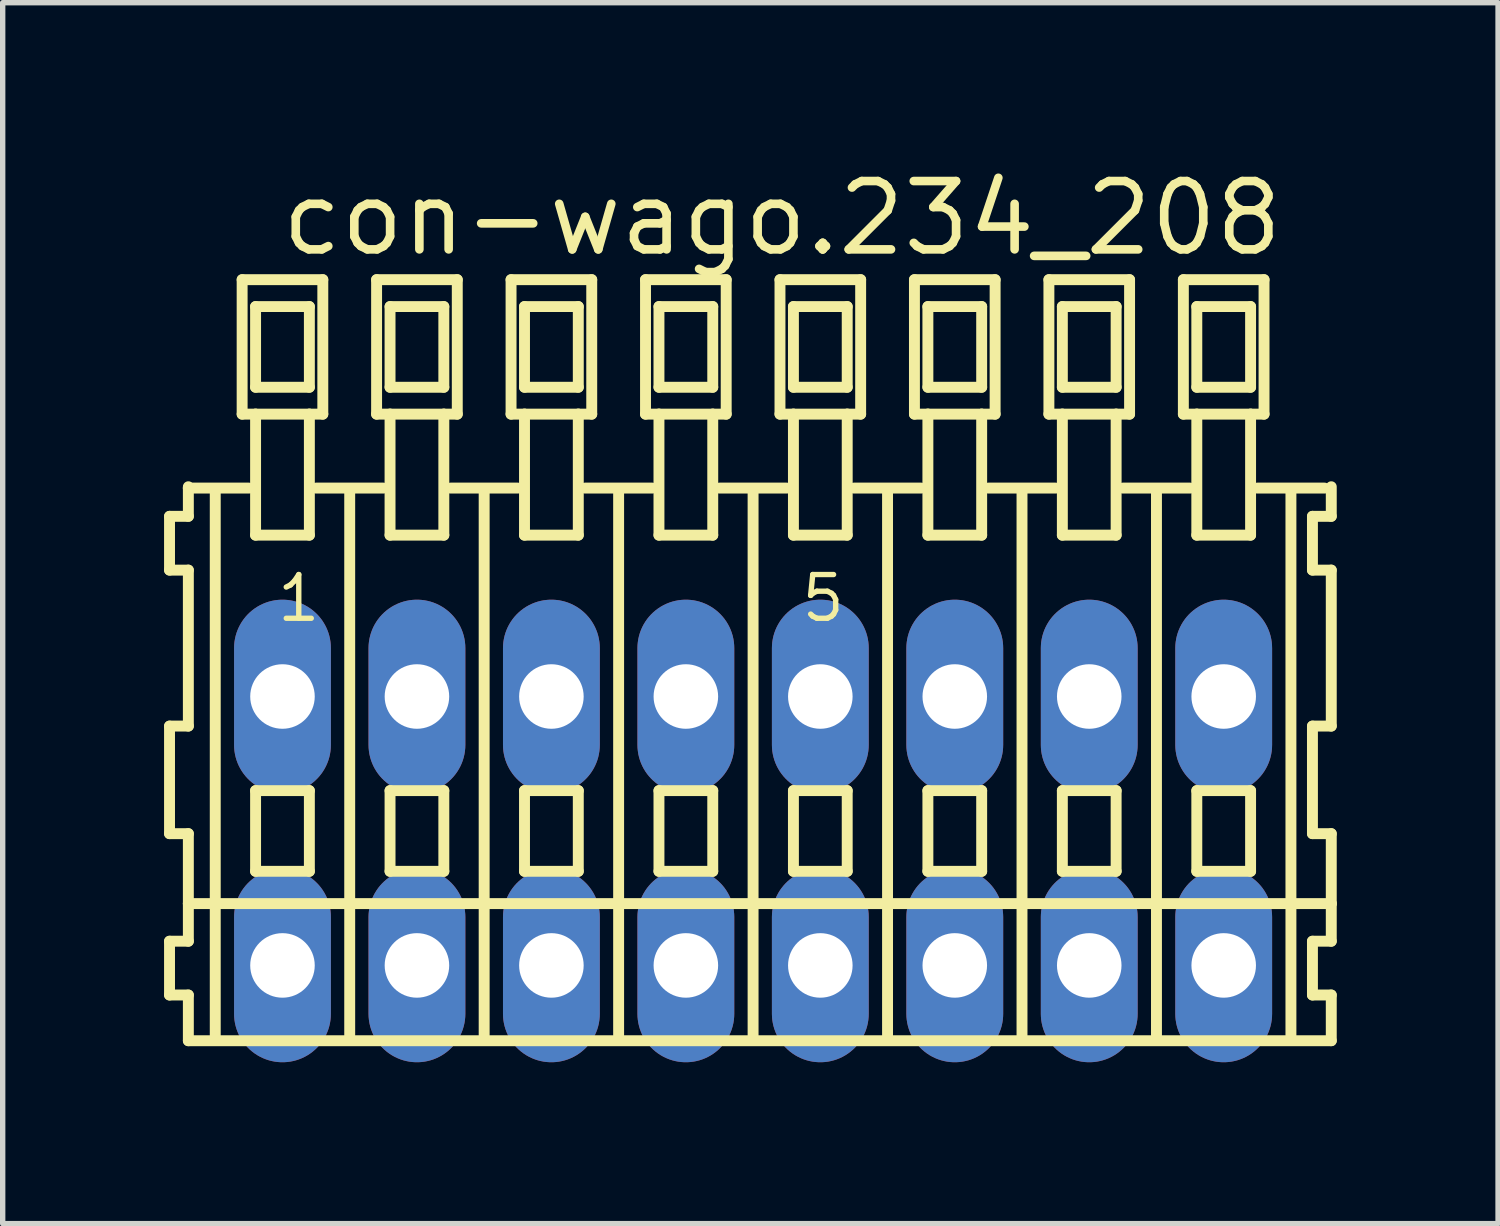
<source format=kicad_pcb>
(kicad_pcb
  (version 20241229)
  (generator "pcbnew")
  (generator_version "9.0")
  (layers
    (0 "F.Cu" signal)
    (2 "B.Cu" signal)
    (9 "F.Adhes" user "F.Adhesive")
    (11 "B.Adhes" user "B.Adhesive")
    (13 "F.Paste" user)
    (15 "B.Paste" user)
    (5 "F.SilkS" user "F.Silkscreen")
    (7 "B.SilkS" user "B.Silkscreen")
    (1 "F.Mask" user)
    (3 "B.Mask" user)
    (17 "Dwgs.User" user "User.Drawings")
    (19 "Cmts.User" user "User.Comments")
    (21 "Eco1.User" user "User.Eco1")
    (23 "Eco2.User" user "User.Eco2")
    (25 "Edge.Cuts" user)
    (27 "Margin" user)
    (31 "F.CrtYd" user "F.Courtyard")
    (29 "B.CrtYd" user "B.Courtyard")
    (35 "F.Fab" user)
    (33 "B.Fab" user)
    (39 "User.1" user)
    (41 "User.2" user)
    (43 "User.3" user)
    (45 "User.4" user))
  (footprint "con-wago.234_208"
    (layer "F.Cu")
    (at 10.952 12.4)
    (property "Reference" "con-wago.234_208" (at -8.85 -10.65 0) (layer "F.SilkS") (effects (font (size 1.27 1.27) (thickness 0.16)) (justify left bottom)))
    (attr through_hole)
    (fp_line (start -10.85 -5.85) (end -10.85 -4.85) (stroke (width 0.203) (type default)) (layer "F.SilkS"))
    (fp_line (start -10.85 -4.85) (end -10.5 -4.85) (stroke (width 0.203) (type default)) (layer "F.SilkS"))
    (fp_line (start -10.85 -1.95) (end -10.85 0.05) (stroke (width 0.203) (type default)) (layer "F.SilkS"))
    (fp_line (start -10.85 0.05) (end -10.5 0.05) (stroke (width 0.203) (type default)) (layer "F.SilkS"))
    (fp_line (start -10.85 2.05) (end -10.85 3.05) (stroke (width 0.203) (type default)) (layer "F.SilkS"))
    (fp_line (start -10.85 3.05) (end -10.5 3.05) (stroke (width 0.203) (type default)) (layer "F.SilkS"))
    (fp_line (start -10.5 -6.4) (end -10.5 -6.375) (stroke (width 0.203) (type default)) (layer "F.SilkS"))
    (fp_line (start -10.5 -6.375) (end -10.5 -5.85) (stroke (width 0.203) (type default)) (layer "F.SilkS"))
    (fp_line (start -10.5 -6.375) (end -9.375 -6.375) (stroke (width 0.203) (type default)) (layer "F.SilkS"))
    (fp_line (start -10.5 -5.85) (end -10.85 -5.85) (stroke (width 0.203) (type default)) (layer "F.SilkS"))
    (fp_line (start -10.5 -4.85) (end -10.5 -1.95) (stroke (width 0.203) (type default)) (layer "F.SilkS"))
    (fp_line (start -10.5 -1.95) (end -10.85 -1.95) (stroke (width 0.203) (type default)) (layer "F.SilkS"))
    (fp_line (start -10.5 0.05) (end -10.5 1.35) (stroke (width 0.203) (type default)) (layer "F.SilkS"))
    (fp_line (start -10.5 1.35) (end -10.5 2.05) (stroke (width 0.203) (type default)) (layer "F.SilkS"))
    (fp_line (start -10.5 1.35) (end 10.75 1.35) (stroke (width 0.203) (type default)) (layer "F.SilkS"))
    (fp_line (start -10.5 2.05) (end -10.85 2.05) (stroke (width 0.203) (type default)) (layer "F.SilkS"))
    (fp_line (start -10.5 3.05) (end -10.5 3.9) (stroke (width 0.203) (type default)) (layer "F.SilkS"))
    (fp_line (start -10.5 3.9) (end 10.75 3.9) (stroke (width 0.203) (type default)) (layer "F.SilkS"))
    (fp_line (start -10 -6.35) (end -10 3.8) (stroke (width 0.203) (type default)) (layer "F.SilkS"))
    (fp_line (start -9.5 -10.25) (end -9.5 -7.75) (stroke (width 0.203) (type default)) (layer "F.SilkS"))
    (fp_line (start -9.5 -7.75) (end -9.25 -7.75) (stroke (width 0.203) (type default)) (layer "F.SilkS"))
    (fp_line (start -9.25 -9.75) (end -9.25 -8.25) (stroke (width 0.203) (type default)) (layer "F.SilkS"))
    (fp_line (start -9.25 -8.25) (end -8.25 -8.25) (stroke (width 0.203) (type default)) (layer "F.SilkS"))
    (fp_line (start -9.25 -7.75) (end -9.25 -5.5) (stroke (width 0.203) (type default)) (layer "F.SilkS"))
    (fp_line (start -9.25 -7.75) (end -8.25 -7.75) (stroke (width 0.203) (type default)) (layer "F.SilkS"))
    (fp_line (start -9.25 -5.5) (end -8.25 -5.5) (stroke (width 0.203) (type default)) (layer "F.SilkS"))
    (fp_line (start -9.25 -0.75) (end -9.25 0.75) (stroke (width 0.203) (type default)) (layer "F.SilkS"))
    (fp_line (start -9.25 0.75) (end -8.25 0.75) (stroke (width 0.203) (type default)) (layer "F.SilkS"))
    (fp_line (start -8.25 -9.75) (end -9.25 -9.75) (stroke (width 0.203) (type default)) (layer "F.SilkS"))
    (fp_line (start -8.25 -8.25) (end -8.25 -9.75) (stroke (width 0.203) (type default)) (layer "F.SilkS"))
    (fp_line (start -8.25 -7.75) (end -8 -7.75) (stroke (width 0.203) (type default)) (layer "F.SilkS"))
    (fp_line (start -8.25 -5.5) (end -8.25 -7.75) (stroke (width 0.203) (type default)) (layer "F.SilkS"))
    (fp_line (start -8.25 -0.75) (end -9.25 -0.75) (stroke (width 0.203) (type default)) (layer "F.SilkS"))
    (fp_line (start -8.25 0.75) (end -8.25 -0.75) (stroke (width 0.203) (type default)) (layer "F.SilkS"))
    (fp_line (start -8.125 -6.375) (end -6.875 -6.375) (stroke (width 0.203) (type default)) (layer "F.SilkS"))
    (fp_line (start -8 -10.25) (end -9.5 -10.25) (stroke (width 0.203) (type default)) (layer "F.SilkS"))
    (fp_line (start -8 -7.75) (end -8 -10.25) (stroke (width 0.203) (type default)) (layer "F.SilkS"))
    (fp_line (start -7.5 -6.35) (end -7.5 3.8) (stroke (width 0.203) (type default)) (layer "F.SilkS"))
    (fp_line (start -7 -10.25) (end -7 -7.75) (stroke (width 0.203) (type default)) (layer "F.SilkS"))
    (fp_line (start -7 -7.75) (end -6.75 -7.75) (stroke (width 0.203) (type default)) (layer "F.SilkS"))
    (fp_line (start -6.75 -9.75) (end -6.75 -8.25) (stroke (width 0.203) (type default)) (layer "F.SilkS"))
    (fp_line (start -6.75 -8.25) (end -5.75 -8.25) (stroke (width 0.203) (type default)) (layer "F.SilkS"))
    (fp_line (start -6.75 -7.75) (end -6.75 -5.5) (stroke (width 0.203) (type default)) (layer "F.SilkS"))
    (fp_line (start -6.75 -7.75) (end -5.75 -7.75) (stroke (width 0.203) (type default)) (layer "F.SilkS"))
    (fp_line (start -6.75 -5.5) (end -5.75 -5.5) (stroke (width 0.203) (type default)) (layer "F.SilkS"))
    (fp_line (start -6.75 -0.75) (end -6.75 0.75) (stroke (width 0.203) (type default)) (layer "F.SilkS"))
    (fp_line (start -6.75 0.75) (end -5.75 0.75) (stroke (width 0.203) (type default)) (layer "F.SilkS"))
    (fp_line (start -5.75 -9.75) (end -6.75 -9.75) (stroke (width 0.203) (type default)) (layer "F.SilkS"))
    (fp_line (start -5.75 -8.25) (end -5.75 -9.75) (stroke (width 0.203) (type default)) (layer "F.SilkS"))
    (fp_line (start -5.75 -7.75) (end -5.5 -7.75) (stroke (width 0.203) (type default)) (layer "F.SilkS"))
    (fp_line (start -5.75 -5.5) (end -5.75 -7.75) (stroke (width 0.203) (type default)) (layer "F.SilkS"))
    (fp_line (start -5.75 -0.75) (end -6.75 -0.75) (stroke (width 0.203) (type default)) (layer "F.SilkS"))
    (fp_line (start -5.75 0.75) (end -5.75 -0.75) (stroke (width 0.203) (type default)) (layer "F.SilkS"))
    (fp_line (start -5.625 -6.375) (end -4.375 -6.375) (stroke (width 0.203) (type default)) (layer "F.SilkS"))
    (fp_line (start -5.5 -10.25) (end -7 -10.25) (stroke (width 0.203) (type default)) (layer "F.SilkS"))
    (fp_line (start -5.5 -7.75) (end -5.5 -10.25) (stroke (width 0.203) (type default)) (layer "F.SilkS"))
    (fp_line (start -5 -6.35) (end -5 3.8) (stroke (width 0.203) (type default)) (layer "F.SilkS"))
    (fp_line (start -4.5 -10.25) (end -4.5 -7.75) (stroke (width 0.203) (type default)) (layer "F.SilkS"))
    (fp_line (start -4.5 -7.75) (end -4.25 -7.75) (stroke (width 0.203) (type default)) (layer "F.SilkS"))
    (fp_line (start -4.25 -9.75) (end -4.25 -8.25) (stroke (width 0.203) (type default)) (layer "F.SilkS"))
    (fp_line (start -4.25 -8.25) (end -3.25 -8.25) (stroke (width 0.203) (type default)) (layer "F.SilkS"))
    (fp_line (start -4.25 -7.75) (end -4.25 -5.5) (stroke (width 0.203) (type default)) (layer "F.SilkS"))
    (fp_line (start -4.25 -7.75) (end -3.25 -7.75) (stroke (width 0.203) (type default)) (layer "F.SilkS"))
    (fp_line (start -4.25 -5.5) (end -3.25 -5.5) (stroke (width 0.203) (type default)) (layer "F.SilkS"))
    (fp_line (start -4.25 -0.75) (end -4.25 0.75) (stroke (width 0.203) (type default)) (layer "F.SilkS"))
    (fp_line (start -4.25 0.75) (end -3.25 0.75) (stroke (width 0.203) (type default)) (layer "F.SilkS"))
    (fp_line (start -3.25 -9.75) (end -4.25 -9.75) (stroke (width 0.203) (type default)) (layer "F.SilkS"))
    (fp_line (start -3.25 -8.25) (end -3.25 -9.75) (stroke (width 0.203) (type default)) (layer "F.SilkS"))
    (fp_line (start -3.25 -7.75) (end -3 -7.75) (stroke (width 0.203) (type default)) (layer "F.SilkS"))
    (fp_line (start -3.25 -5.5) (end -3.25 -7.75) (stroke (width 0.203) (type default)) (layer "F.SilkS"))
    (fp_line (start -3.25 -0.75) (end -4.25 -0.75) (stroke (width 0.203) (type default)) (layer "F.SilkS"))
    (fp_line (start -3.25 0.75) (end -3.25 -0.75) (stroke (width 0.203) (type default)) (layer "F.SilkS"))
    (fp_line (start -3.125 -6.375) (end -1.875 -6.375) (stroke (width 0.203) (type default)) (layer "F.SilkS"))
    (fp_line (start -3 -10.25) (end -4.5 -10.25) (stroke (width 0.203) (type default)) (layer "F.SilkS"))
    (fp_line (start -3 -7.75) (end -3 -10.25) (stroke (width 0.203) (type default)) (layer "F.SilkS"))
    (fp_line (start -2.5 -6.35) (end -2.5 3.8) (stroke (width 0.203) (type default)) (layer "F.SilkS"))
    (fp_line (start -2 -10.25) (end -2 -7.75) (stroke (width 0.203) (type default)) (layer "F.SilkS"))
    (fp_line (start -2 -7.75) (end -1.75 -7.75) (stroke (width 0.203) (type default)) (layer "F.SilkS"))
    (fp_line (start -1.75 -9.75) (end -1.75 -8.25) (stroke (width 0.203) (type default)) (layer "F.SilkS"))
    (fp_line (start -1.75 -8.25) (end -0.75 -8.25) (stroke (width 0.203) (type default)) (layer "F.SilkS"))
    (fp_line (start -1.75 -7.75) (end -1.75 -5.5) (stroke (width 0.203) (type default)) (layer "F.SilkS"))
    (fp_line (start -1.75 -7.75) (end -0.75 -7.75) (stroke (width 0.203) (type default)) (layer "F.SilkS"))
    (fp_line (start -1.75 -5.5) (end -0.75 -5.5) (stroke (width 0.203) (type default)) (layer "F.SilkS"))
    (fp_line (start -1.75 -0.75) (end -1.75 0.75) (stroke (width 0.203) (type default)) (layer "F.SilkS"))
    (fp_line (start -1.75 0.75) (end -0.75 0.75) (stroke (width 0.203) (type default)) (layer "F.SilkS"))
    (fp_line (start -0.75 -9.75) (end -1.75 -9.75) (stroke (width 0.203) (type default)) (layer "F.SilkS"))
    (fp_line (start -0.75 -8.25) (end -0.75 -9.75) (stroke (width 0.203) (type default)) (layer "F.SilkS"))
    (fp_line (start -0.75 -7.75) (end -0.5 -7.75) (stroke (width 0.203) (type default)) (layer "F.SilkS"))
    (fp_line (start -0.75 -5.5) (end -0.75 -7.75) (stroke (width 0.203) (type default)) (layer "F.SilkS"))
    (fp_line (start -0.75 -0.75) (end -1.75 -0.75) (stroke (width 0.203) (type default)) (layer "F.SilkS"))
    (fp_line (start -0.75 0.75) (end -0.75 -0.75) (stroke (width 0.203) (type default)) (layer "F.SilkS"))
    (fp_line (start -0.625 -6.375) (end 0.625 -6.375) (stroke (width 0.203) (type default)) (layer "F.SilkS"))
    (fp_line (start -0.5 -10.25) (end -2 -10.25) (stroke (width 0.203) (type default)) (layer "F.SilkS"))
    (fp_line (start -0.5 -7.75) (end -0.5 -10.25) (stroke (width 0.203) (type default)) (layer "F.SilkS"))
    (fp_line (start 0 -6.35) (end 0 3.8) (stroke (width 0.203) (type default)) (layer "F.SilkS"))
    (fp_line (start 0.5 -10.25) (end 0.5 -7.75) (stroke (width 0.203) (type default)) (layer "F.SilkS"))
    (fp_line (start 0.5 -7.75) (end 0.75 -7.75) (stroke (width 0.203) (type default)) (layer "F.SilkS"))
    (fp_line (start 0.75 -9.75) (end 0.75 -8.25) (stroke (width 0.203) (type default)) (layer "F.SilkS"))
    (fp_line (start 0.75 -8.25) (end 1.75 -8.25) (stroke (width 0.203) (type default)) (layer "F.SilkS"))
    (fp_line (start 0.75 -7.75) (end 0.75 -5.5) (stroke (width 0.203) (type default)) (layer "F.SilkS"))
    (fp_line (start 0.75 -7.75) (end 1.75 -7.75) (stroke (width 0.203) (type default)) (layer "F.SilkS"))
    (fp_line (start 0.75 -5.5) (end 1.75 -5.5) (stroke (width 0.203) (type default)) (layer "F.SilkS"))
    (fp_line (start 0.75 -0.75) (end 0.75 0.75) (stroke (width 0.203) (type default)) (layer "F.SilkS"))
    (fp_line (start 0.75 0.75) (end 1.75 0.75) (stroke (width 0.203) (type default)) (layer "F.SilkS"))
    (fp_line (start 1.75 -9.75) (end 0.75 -9.75) (stroke (width 0.203) (type default)) (layer "F.SilkS"))
    (fp_line (start 1.75 -8.25) (end 1.75 -9.75) (stroke (width 0.203) (type default)) (layer "F.SilkS"))
    (fp_line (start 1.75 -7.75) (end 2 -7.75) (stroke (width 0.203) (type default)) (layer "F.SilkS"))
    (fp_line (start 1.75 -5.5) (end 1.75 -7.75) (stroke (width 0.203) (type default)) (layer "F.SilkS"))
    (fp_line (start 1.75 -0.75) (end 0.75 -0.75) (stroke (width 0.203) (type default)) (layer "F.SilkS"))
    (fp_line (start 1.75 0.75) (end 1.75 -0.75) (stroke (width 0.203) (type default)) (layer "F.SilkS"))
    (fp_line (start 1.875 -6.375) (end 3.125 -6.375) (stroke (width 0.203) (type default)) (layer "F.SilkS"))
    (fp_line (start 2 -10.25) (end 0.5 -10.25) (stroke (width 0.203) (type default)) (layer "F.SilkS"))
    (fp_line (start 2 -7.75) (end 2 -10.25) (stroke (width 0.203) (type default)) (layer "F.SilkS"))
    (fp_line (start 2.5 -6.35) (end 2.5 3.8) (stroke (width 0.203) (type default)) (layer "F.SilkS"))
    (fp_line (start 3 -10.25) (end 3 -7.75) (stroke (width 0.203) (type default)) (layer "F.SilkS"))
    (fp_line (start 3 -7.75) (end 3.25 -7.75) (stroke (width 0.203) (type default)) (layer "F.SilkS"))
    (fp_line (start 3.25 -9.75) (end 3.25 -8.25) (stroke (width 0.203) (type default)) (layer "F.SilkS"))
    (fp_line (start 3.25 -8.25) (end 4.25 -8.25) (stroke (width 0.203) (type default)) (layer "F.SilkS"))
    (fp_line (start 3.25 -7.75) (end 3.25 -5.5) (stroke (width 0.203) (type default)) (layer "F.SilkS"))
    (fp_line (start 3.25 -7.75) (end 4.25 -7.75) (stroke (width 0.203) (type default)) (layer "F.SilkS"))
    (fp_line (start 3.25 -5.5) (end 4.25 -5.5) (stroke (width 0.203) (type default)) (layer "F.SilkS"))
    (fp_line (start 3.25 -0.75) (end 3.25 0.75) (stroke (width 0.203) (type default)) (layer "F.SilkS"))
    (fp_line (start 3.25 0.75) (end 4.25 0.75) (stroke (width 0.203) (type default)) (layer "F.SilkS"))
    (fp_line (start 4.25 -9.75) (end 3.25 -9.75) (stroke (width 0.203) (type default)) (layer "F.SilkS"))
    (fp_line (start 4.25 -8.25) (end 4.25 -9.75) (stroke (width 0.203) (type default)) (layer "F.SilkS"))
    (fp_line (start 4.25 -7.75) (end 4.5 -7.75) (stroke (width 0.203) (type default)) (layer "F.SilkS"))
    (fp_line (start 4.25 -5.5) (end 4.25 -7.75) (stroke (width 0.203) (type default)) (layer "F.SilkS"))
    (fp_line (start 4.25 -0.75) (end 3.25 -0.75) (stroke (width 0.203) (type default)) (layer "F.SilkS"))
    (fp_line (start 4.25 0.75) (end 4.25 -0.75) (stroke (width 0.203) (type default)) (layer "F.SilkS"))
    (fp_line (start 4.375 -6.375) (end 5.625 -6.375) (stroke (width 0.203) (type default)) (layer "F.SilkS"))
    (fp_line (start 4.5 -10.25) (end 3 -10.25) (stroke (width 0.203) (type default)) (layer "F.SilkS"))
    (fp_line (start 4.5 -7.75) (end 4.5 -10.25) (stroke (width 0.203) (type default)) (layer "F.SilkS"))
    (fp_line (start 5 -6.35) (end 5 3.8) (stroke (width 0.203) (type default)) (layer "F.SilkS"))
    (fp_line (start 5.5 -10.25) (end 5.5 -7.75) (stroke (width 0.203) (type default)) (layer "F.SilkS"))
    (fp_line (start 5.5 -7.75) (end 5.75 -7.75) (stroke (width 0.203) (type default)) (layer "F.SilkS"))
    (fp_line (start 5.75 -9.75) (end 5.75 -8.25) (stroke (width 0.203) (type default)) (layer "F.SilkS"))
    (fp_line (start 5.75 -8.25) (end 6.75 -8.25) (stroke (width 0.203) (type default)) (layer "F.SilkS"))
    (fp_line (start 5.75 -7.75) (end 5.75 -5.5) (stroke (width 0.203) (type default)) (layer "F.SilkS"))
    (fp_line (start 5.75 -7.75) (end 6.75 -7.75) (stroke (width 0.203) (type default)) (layer "F.SilkS"))
    (fp_line (start 5.75 -5.5) (end 6.75 -5.5) (stroke (width 0.203) (type default)) (layer "F.SilkS"))
    (fp_line (start 5.75 -0.75) (end 5.75 0.75) (stroke (width 0.203) (type default)) (layer "F.SilkS"))
    (fp_line (start 5.75 0.75) (end 6.75 0.75) (stroke (width 0.203) (type default)) (layer "F.SilkS"))
    (fp_line (start 6.75 -9.75) (end 5.75 -9.75) (stroke (width 0.203) (type default)) (layer "F.SilkS"))
    (fp_line (start 6.75 -8.25) (end 6.75 -9.75) (stroke (width 0.203) (type default)) (layer "F.SilkS"))
    (fp_line (start 6.75 -7.75) (end 7 -7.75) (stroke (width 0.203) (type default)) (layer "F.SilkS"))
    (fp_line (start 6.75 -5.5) (end 6.75 -7.75) (stroke (width 0.203) (type default)) (layer "F.SilkS"))
    (fp_line (start 6.75 -0.75) (end 5.75 -0.75) (stroke (width 0.203) (type default)) (layer "F.SilkS"))
    (fp_line (start 6.75 0.75) (end 6.75 -0.75) (stroke (width 0.203) (type default)) (layer "F.SilkS"))
    (fp_line (start 6.875 -6.375) (end 8.125 -6.375) (stroke (width 0.203) (type default)) (layer "F.SilkS"))
    (fp_line (start 7 -10.25) (end 5.5 -10.25) (stroke (width 0.203) (type default)) (layer "F.SilkS"))
    (fp_line (start 7 -7.75) (end 7 -10.25) (stroke (width 0.203) (type default)) (layer "F.SilkS"))
    (fp_line (start 7.5 -6.35) (end 7.5 3.8) (stroke (width 0.203) (type default)) (layer "F.SilkS"))
    (fp_line (start 8 -10.25) (end 8 -7.75) (stroke (width 0.203) (type default)) (layer "F.SilkS"))
    (fp_line (start 8 -7.75) (end 8.25 -7.75) (stroke (width 0.203) (type default)) (layer "F.SilkS"))
    (fp_line (start 8.25 -9.75) (end 8.25 -8.25) (stroke (width 0.203) (type default)) (layer "F.SilkS"))
    (fp_line (start 8.25 -8.25) (end 9.25 -8.25) (stroke (width 0.203) (type default)) (layer "F.SilkS"))
    (fp_line (start 8.25 -7.75) (end 8.25 -5.5) (stroke (width 0.203) (type default)) (layer "F.SilkS"))
    (fp_line (start 8.25 -7.75) (end 9.25 -7.75) (stroke (width 0.203) (type default)) (layer "F.SilkS"))
    (fp_line (start 8.25 -5.5) (end 9.25 -5.5) (stroke (width 0.203) (type default)) (layer "F.SilkS"))
    (fp_line (start 8.25 -0.75) (end 8.25 0.75) (stroke (width 0.203) (type default)) (layer "F.SilkS"))
    (fp_line (start 8.25 0.75) (end 9.25 0.75) (stroke (width 0.203) (type default)) (layer "F.SilkS"))
    (fp_line (start 9.25 -9.75) (end 8.25 -9.75) (stroke (width 0.203) (type default)) (layer "F.SilkS"))
    (fp_line (start 9.25 -8.25) (end 9.25 -9.75) (stroke (width 0.203) (type default)) (layer "F.SilkS"))
    (fp_line (start 9.25 -7.75) (end 9.5 -7.75) (stroke (width 0.203) (type default)) (layer "F.SilkS"))
    (fp_line (start 9.25 -5.5) (end 9.25 -7.75) (stroke (width 0.203) (type default)) (layer "F.SilkS"))
    (fp_line (start 9.25 -0.75) (end 8.25 -0.75) (stroke (width 0.203) (type default)) (layer "F.SilkS"))
    (fp_line (start 9.25 0.75) (end 9.25 -0.75) (stroke (width 0.203) (type default)) (layer "F.SilkS"))
    (fp_line (start 9.375 -6.375) (end 10.625 -6.375) (stroke (width 0.203) (type default)) (layer "F.SilkS"))
    (fp_line (start 9.5 -10.25) (end 8 -10.25) (stroke (width 0.203) (type default)) (layer "F.SilkS"))
    (fp_line (start 9.5 -7.75) (end 9.5 -10.25) (stroke (width 0.203) (type default)) (layer "F.SilkS"))
    (fp_line (start 10 -6.35) (end 10 3.8) (stroke (width 0.203) (type default)) (layer "F.SilkS"))
    (fp_line (start 10.4 -5.85) (end 10.4 -4.85) (stroke (width 0.203) (type default)) (layer "F.SilkS"))
    (fp_line (start 10.4 -4.85) (end 10.75 -4.85) (stroke (width 0.203) (type default)) (layer "F.SilkS"))
    (fp_line (start 10.4 -1.95) (end 10.4 0.05) (stroke (width 0.203) (type default)) (layer "F.SilkS"))
    (fp_line (start 10.4 0.05) (end 10.75 0.05) (stroke (width 0.203) (type default)) (layer "F.SilkS"))
    (fp_line (start 10.4 2.05) (end 10.4 3.05) (stroke (width 0.203) (type default)) (layer "F.SilkS"))
    (fp_line (start 10.4 3.05) (end 10.75 3.05) (stroke (width 0.203) (type default)) (layer "F.SilkS"))
    (fp_line (start 10.75 -5.85) (end 10.4 -5.85) (stroke (width 0.203) (type default)) (layer "F.SilkS"))
    (fp_line (start 10.75 -5.85) (end 10.75 -6.4) (stroke (width 0.203) (type default)) (layer "F.SilkS"))
    (fp_line (start 10.75 -1.95) (end 10.4 -1.95) (stroke (width 0.203) (type default)) (layer "F.SilkS"))
    (fp_line (start 10.75 -1.95) (end 10.75 -4.85) (stroke (width 0.203) (type default)) (layer "F.SilkS"))
    (fp_line (start 10.75 1.35) (end 10.75 0.05) (stroke (width 0.203) (type default)) (layer "F.SilkS"))
    (fp_line (start 10.75 2.05) (end 10.4 2.05) (stroke (width 0.203) (type default)) (layer "F.SilkS"))
    (fp_line (start 10.75 2.05) (end 10.75 1.35) (stroke (width 0.203) (type default)) (layer "F.SilkS"))
    (fp_line (start 10.75 3.9) (end 10.75 3.05) (stroke (width 0.203) (type default)) (layer "F.SilkS"))
    (fp_text user "1" (at -8.9 -3.85 0) (layer "F.SilkS") (effects (font (size 0.813 0.813) (thickness 0.1)) (justify left bottom)))
    (fp_text user "5" (at 0.85 -3.85 0) (layer "F.SilkS") (effects (font (size 0.813 0.813) (thickness 0.1)) (justify left bottom)))
    (pad "A1" thru_hole oval (at -8.75 -2.5 90) (size 3.6 1.8) (drill 1.2) (layers "*.Cu" "*.Mask"))
    (pad "A2" thru_hole oval (at -6.25 -2.5 90) (size 3.6 1.8) (drill 1.2) (layers "*.Cu" "*.Mask"))
    (pad "A3" thru_hole oval (at -3.75 -2.5 90) (size 3.6 1.8) (drill 1.2) (layers "*.Cu" "*.Mask"))
    (pad "A4" thru_hole oval (at -1.25 -2.5 90) (size 3.6 1.8) (drill 1.2) (layers "*.Cu" "*.Mask"))
    (pad "A5" thru_hole oval (at 1.25 -2.5 90) (size 3.6 1.8) (drill 1.2) (layers "*.Cu" "*.Mask"))
    (pad "A6" thru_hole oval (at 3.75 -2.5 90) (size 3.6 1.8) (drill 1.2) (layers "*.Cu" "*.Mask"))
    (pad "A7" thru_hole oval (at 6.25 -2.5 90) (size 3.6 1.8) (drill 1.2) (layers "*.Cu" "*.Mask"))
    (pad "A8" thru_hole oval (at 8.75 -2.5 90) (size 3.6 1.8) (drill 1.2) (layers "*.Cu" "*.Mask"))
    (pad "B1" thru_hole oval (at -8.75 2.5 90) (size 3.6 1.8) (drill 1.2) (layers "*.Cu" "*.Mask"))
    (pad "B2" thru_hole oval (at -6.25 2.5 90) (size 3.6 1.8) (drill 1.2) (layers "*.Cu" "*.Mask"))
    (pad "B3" thru_hole oval (at -3.75 2.5 90) (size 3.6 1.8) (drill 1.2) (layers "*.Cu" "*.Mask"))
    (pad "B4" thru_hole oval (at -1.25 2.5 90) (size 3.6 1.8) (drill 1.2) (layers "*.Cu" "*.Mask"))
    (pad "B5" thru_hole oval (at 1.25 2.5 90) (size 3.6 1.8) (drill 1.2) (layers "*.Cu" "*.Mask"))
    (pad "B6" thru_hole oval (at 3.75 2.5 90) (size 3.6 1.8) (drill 1.2) (layers "*.Cu" "*.Mask"))
    (pad "B7" thru_hole oval (at 6.25 2.5 90) (size 3.6 1.8) (drill 1.2) (layers "*.Cu" "*.Mask"))
    (pad "B8" thru_hole oval (at 8.75 2.5 90) (size 3.6 1.8) (drill 1.2) (layers "*.Cu" "*.Mask")))
  (gr_rect
    (start -3 -3)
    (end 24.803 19.7)
    (stroke (width 0.1) (type default))
    (fill no)
    (layer "Edge.Cuts")))
</source>
